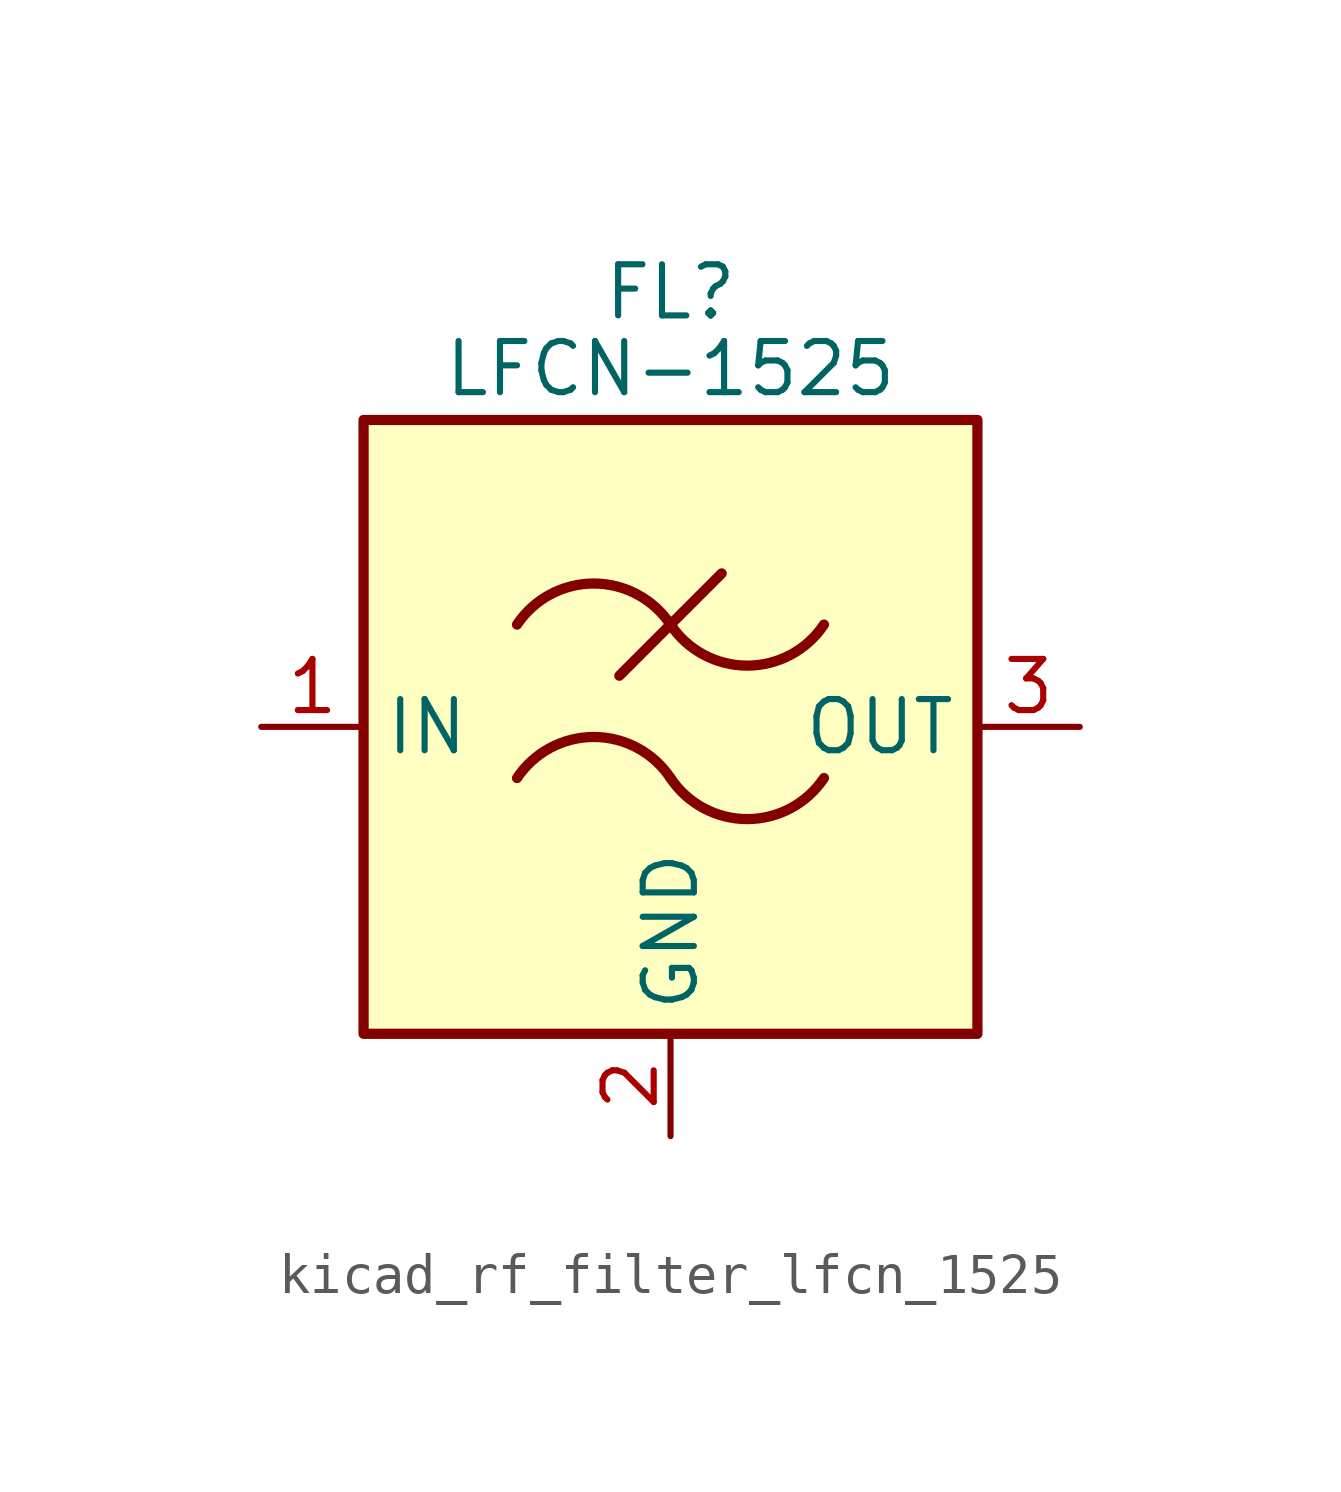
<source format=kicad_sym>
(kicad_symbol_lib
  (version 20220914)
  (generator kicad_symbol_editor)
  (symbol "kicad_rf_filter_lfcn_1525"
    (property "Reference" "FL"
      (at 0 10.795 0)
      (effects (font (size 1.27 1.27))))
    (property "Value" "LFCN-1525"
      (at 0 8.89 0)
      (effects (font (size 1.27 1.27))))
    (symbol "kicad_rf_filter_lfcn_1525_0_1"
      (rectangle (start -7.62 7.62) (end 7.62 -7.62) (stroke (width 0.254) (type default)) (fill (type background)))
      (arc (start 0 -1.27) (mid -1.905 -0.2505) (end -3.81 -1.27) (stroke (width 0.254) (type default)) (fill (type none)))
      (arc (start 0 -1.27) (mid 1.905 -2.2895) (end 3.81 -1.27) (stroke (width 0.254) (type default)) (fill (type none)))
      (polyline (pts (xy -1.27 1.27) (xy 1.27 3.81)) (stroke (width 0.254) (type default)) (fill (type none)))
      (arc (start 0 2.54) (mid -1.905 3.5595) (end -3.81 2.54) (stroke (width 0.254) (type default)) (fill (type none)))
      (arc (start 0 2.54) (mid 1.905 1.5205) (end 3.81 2.54) (stroke (width 0.254) (type default)) (fill (type none))))
    (symbol "kicad_rf_filter_lfcn_1525_1_1"
      (pin passive line (at -10.16 0 0) (length 2.54) (name "IN" (effects (font (size 1.27 1.27)))) (number "1" (effects (font (size 1.27 1.27)))))
      (pin passive line (at 0 -10.16 90) (length 2.54) (name "GND" (effects (font (size 1.27 1.27)))) (number "2" (effects (font (size 1.27 1.27)))))
      (pin passive line (at 10.16 0 180) (length 2.54) (name "OUT" (effects (font (size 1.27 1.27)))) (number "3" (effects (font (size 1.27 1.27)))))
      (pin passive line (at 0 -10.16 90) (length 2.54) hide (name "GND" (effects (font (size 1.27 1.27)))) (number "4" (effects (font (size 1.27 1.27))))))))
</source>
